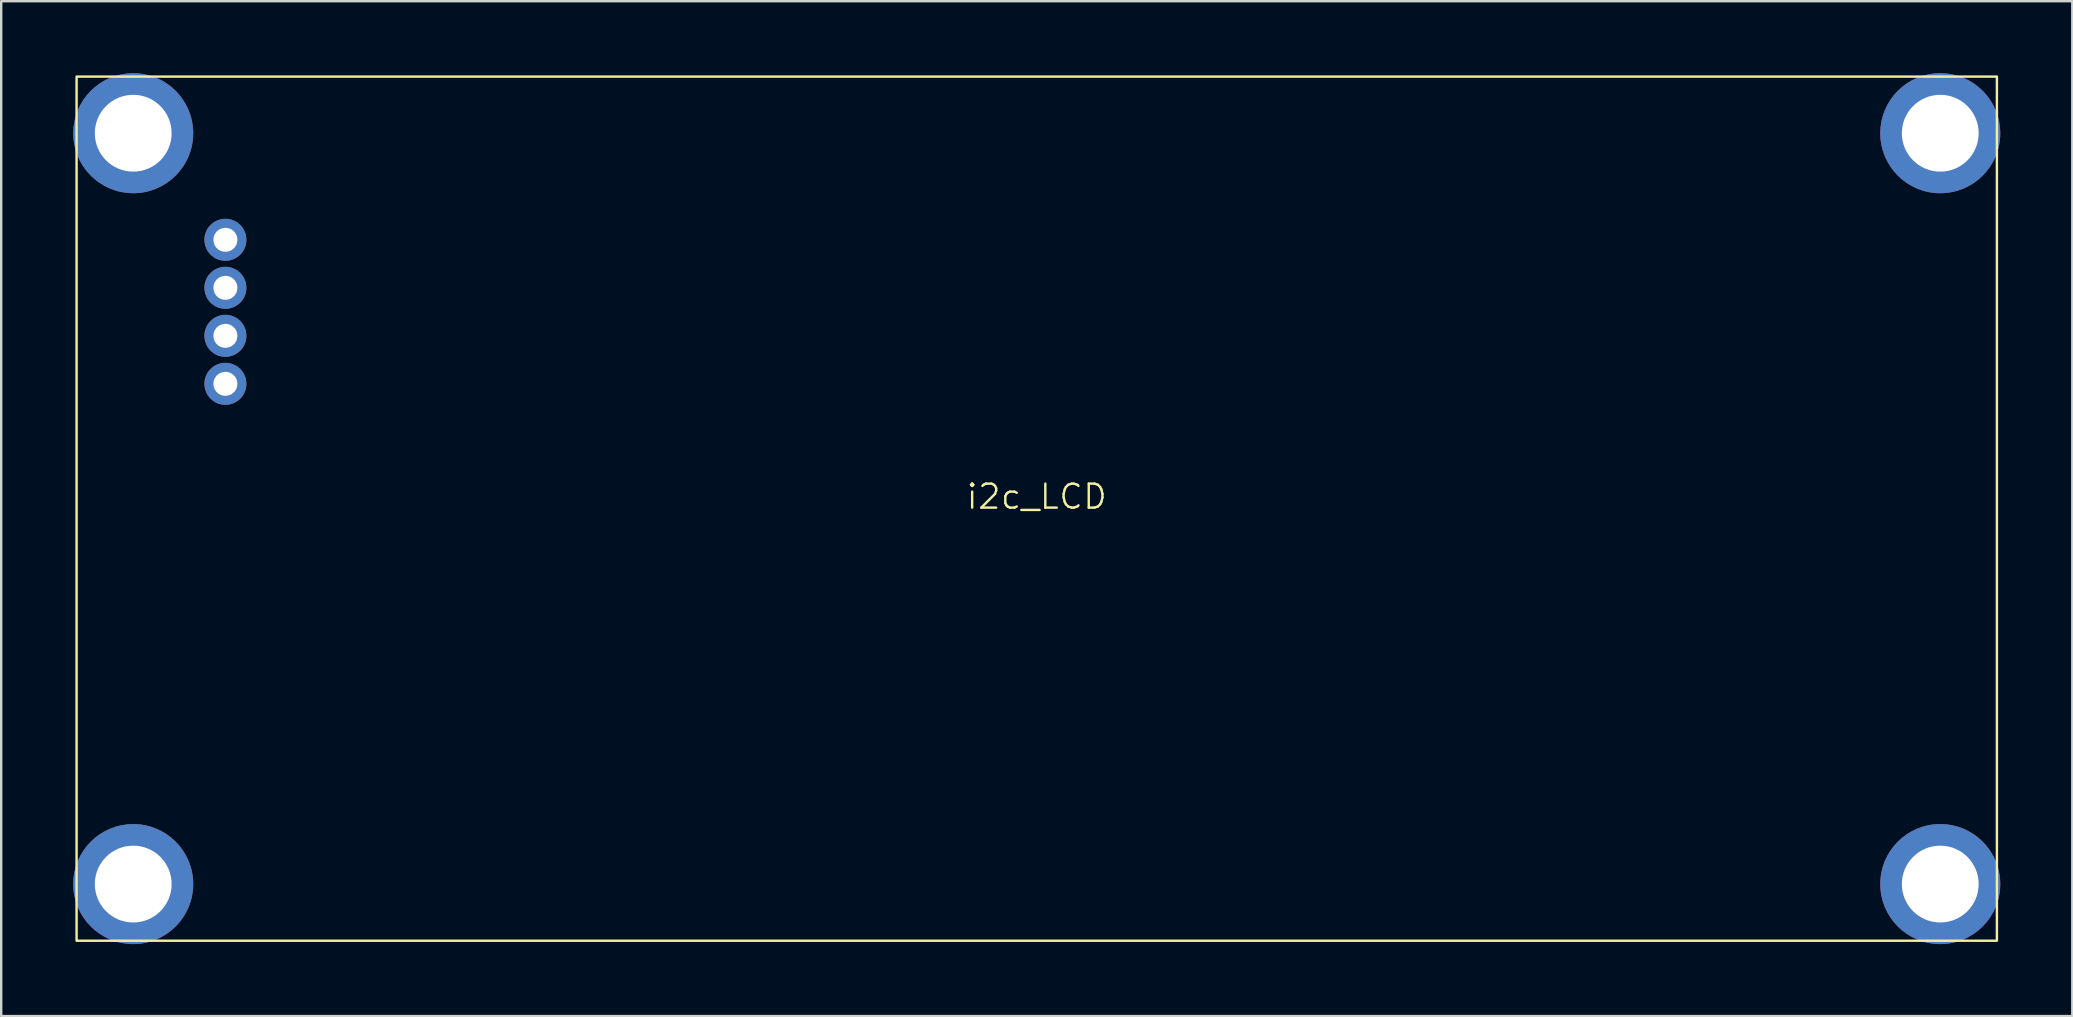
<source format=kicad_pcb>
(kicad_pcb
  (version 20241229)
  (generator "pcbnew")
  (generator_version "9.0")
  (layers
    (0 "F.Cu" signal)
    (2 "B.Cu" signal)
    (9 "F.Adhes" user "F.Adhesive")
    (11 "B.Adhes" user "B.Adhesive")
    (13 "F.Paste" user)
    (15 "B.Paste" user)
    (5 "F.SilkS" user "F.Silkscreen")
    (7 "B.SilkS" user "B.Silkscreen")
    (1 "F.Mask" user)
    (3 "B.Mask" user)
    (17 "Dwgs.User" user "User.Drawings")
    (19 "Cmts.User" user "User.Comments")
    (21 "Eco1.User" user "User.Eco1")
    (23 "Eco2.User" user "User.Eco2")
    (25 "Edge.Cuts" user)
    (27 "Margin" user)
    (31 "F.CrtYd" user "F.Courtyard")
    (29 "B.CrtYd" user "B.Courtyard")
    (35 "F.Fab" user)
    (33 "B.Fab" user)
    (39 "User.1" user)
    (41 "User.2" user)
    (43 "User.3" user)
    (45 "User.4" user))
  (footprint "i2c_LCD"
    (layer "F.Cu")
    (at 40.14 18.14)
    (property "Reference" "i2c_LCD" (at 0 -0.5 0) (unlocked yes) (layer "F.SilkS") (effects (font (size 1 1) (thickness 0.1))))
    (attr smd)
    (fp_rect (start -40 -18) (end 40 18) (stroke (width 0.1) (type solid)) (fill no) (layer "F.SilkS"))
    (pad "" np_thru_hole circle (at -37.64 -15.64 90) (size 5 5) (drill 3.2) (layers "*.Cu" "*.Mask"))
    (pad "" np_thru_hole circle (at -37.64 15.64) (size 5 5) (drill 3.2) (layers "*.Cu" "*.Mask"))
    (pad "" np_thru_hole circle (at 37.64 -15.64) (size 5 5) (drill 3.2) (layers "*.Cu" "*.Mask"))
    (pad "" np_thru_hole circle (at 37.64 15.64) (size 5 5) (drill 3.2) (layers "*.Cu" "*.Mask"))
    (pad "1" thru_hole circle (at -33.8 -11.2) (size 1.75 1.75) (drill 1) (layers "*.Cu" "*.Mask"))
    (pad "2" thru_hole circle (at -33.8 -9.2) (size 1.75 1.75) (drill 1) (layers "*.Cu" "*.Mask"))
    (pad "3" thru_hole circle (at -33.8 -7.2) (size 1.75 1.75) (drill 1) (layers "*.Cu" "*.Mask"))
    (pad "4" thru_hole circle (at -33.8 -5.2) (size 1.75 1.75) (drill 1) (layers "*.Cu" "*.Mask")))
  (gr_rect
    (start -3 -3)
    (end 83.28 39.28)
    (stroke (width 0.1) (type default))
    (fill no)
    (layer "Edge.Cuts")))
</source>
